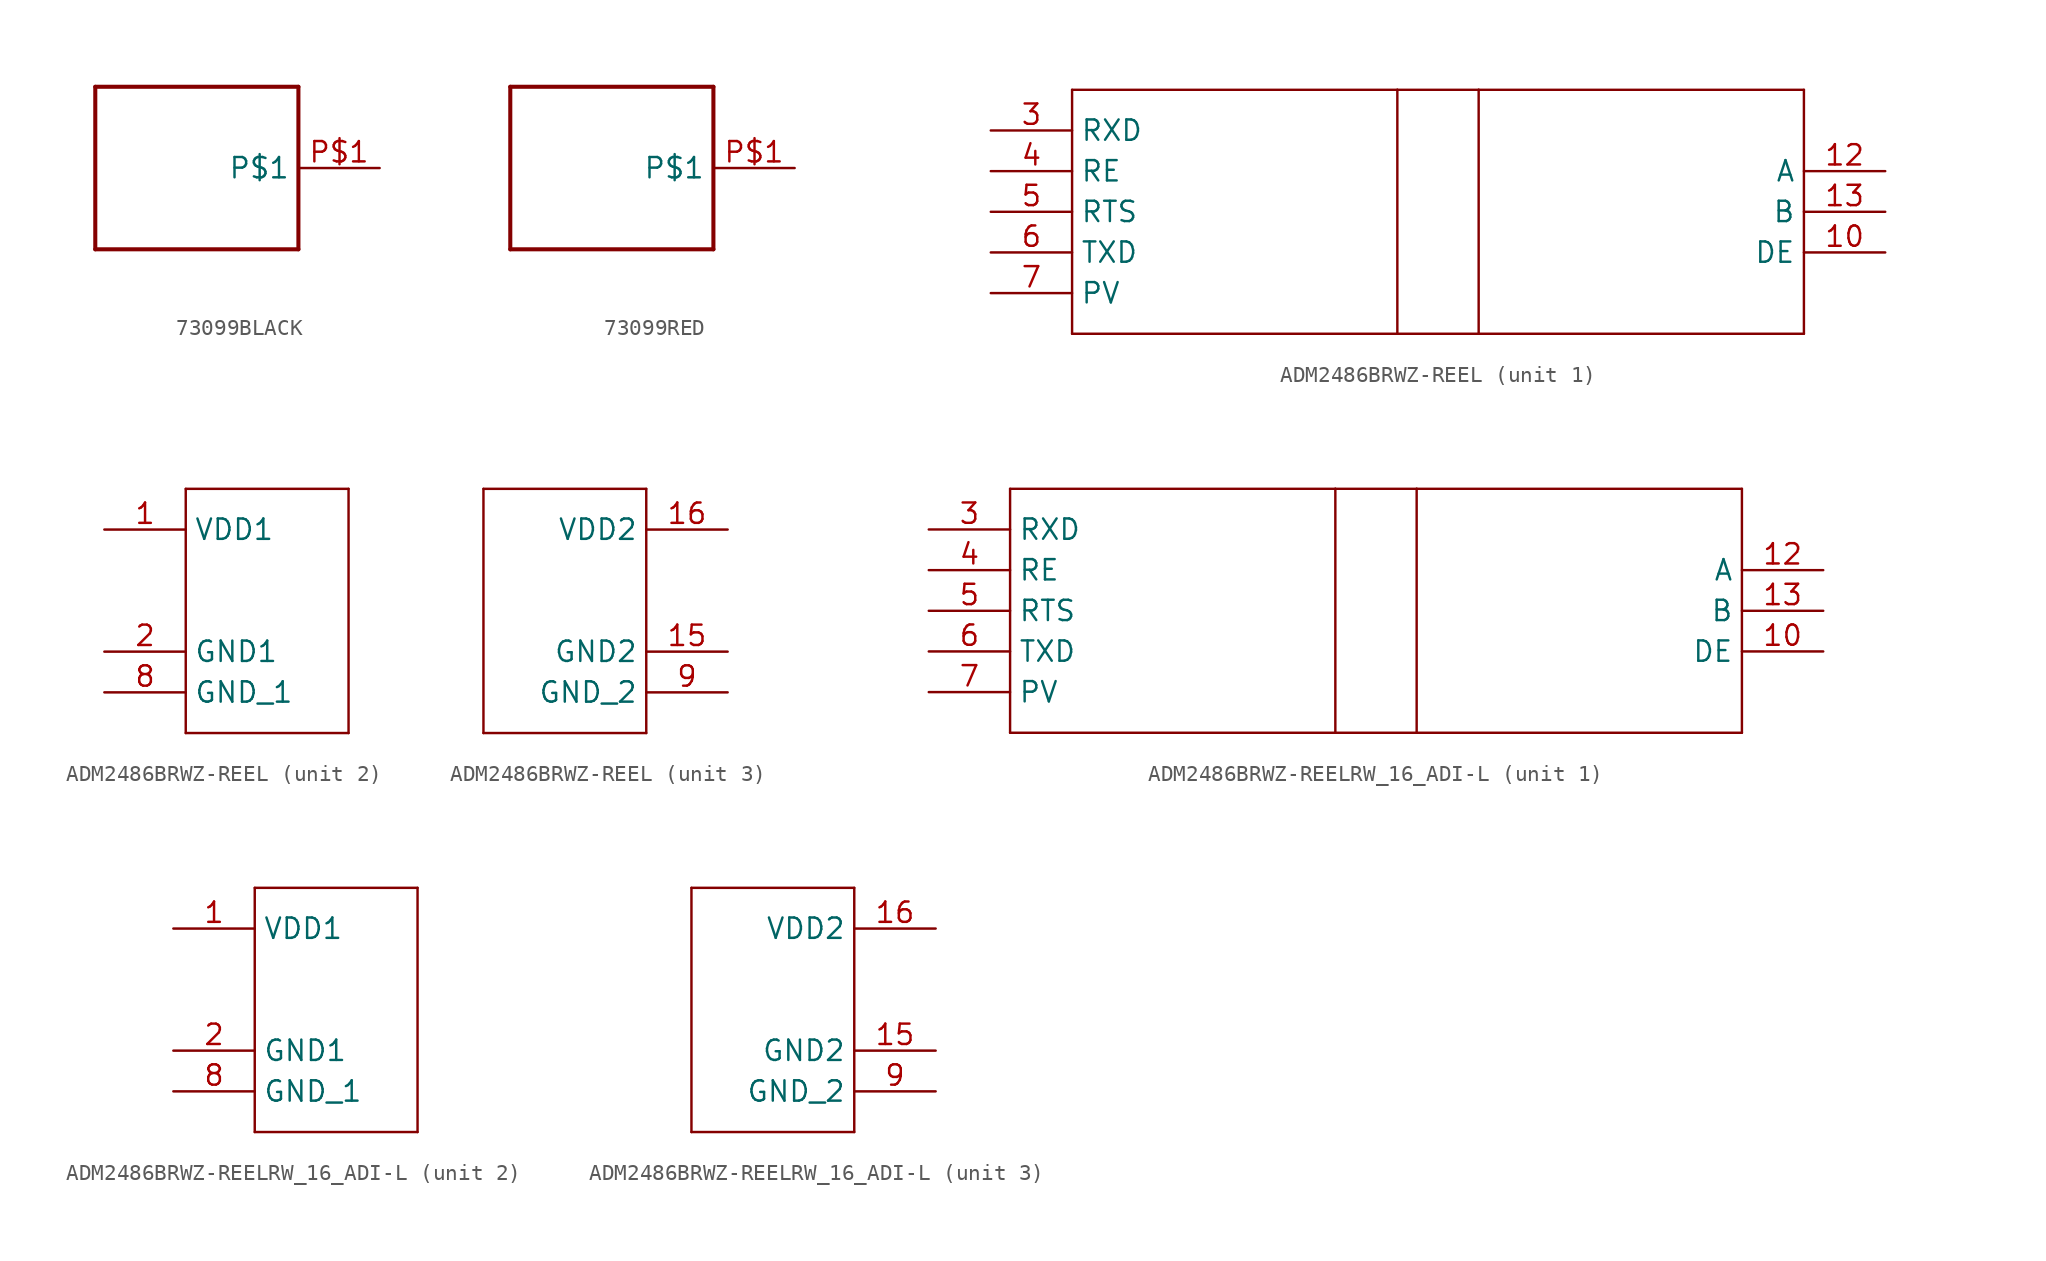
<source format=kicad_sym>
(kicad_symbol_lib
  (version 20220914)
  (generator kicad_symbol_editor)
  (symbol "73099BLACK"
    (property "Reference" ""
      (at -5.08 7.62 0)
      (effects (font (size 1.778 1.511)) (justify left bottom) hide))
    (property "Value" ""
      (at -5.08 -7.62 0)
      (effects (font (size 1.778 1.511)) (justify left bottom)))
    (property "ki_locked" ""
      (at 0 0 0)
      (effects (font (size 1.27 1.27))))
    (symbol "73099BLACK_1_0"
      (polyline (pts (xy -7.62 -5.08) (xy 5.08 -5.08)) (stroke (width 0.254) (type solid)) (fill (type none)))
      (polyline (pts (xy -7.62 5.08) (xy -7.62 -5.08)) (stroke (width 0.254) (type solid)) (fill (type none)))
      (polyline (pts (xy 5.08 -5.08) (xy 5.08 5.08)) (stroke (width 0.254) (type solid)) (fill (type none)))
      (polyline (pts (xy 5.08 5.08) (xy -7.62 5.08)) (stroke (width 0.254) (type solid)) (fill (type none)))
      (pin bidirectional line (at 10.16 0 180) (length 5.08) (name "P$1" (effects (font (size 1.27 1.27)))) (number "P$1" (effects (font (size 1.27 1.27)))))))
  (symbol "73099RED"
    (property "Reference" ""
      (at -5.08 7.62 0)
      (effects (font (size 1.778 1.511)) (justify left bottom) hide))
    (property "Value" ""
      (at -5.08 -7.62 0)
      (effects (font (size 1.778 1.511)) (justify left bottom)))
    (property "ki_locked" ""
      (at 0 0 0)
      (effects (font (size 1.27 1.27))))
    (symbol "73099RED_1_0"
      (polyline (pts (xy -7.62 -5.08) (xy 5.08 -5.08)) (stroke (width 0.254) (type solid)) (fill (type none)))
      (polyline (pts (xy -7.62 5.08) (xy -7.62 -5.08)) (stroke (width 0.254) (type solid)) (fill (type none)))
      (polyline (pts (xy 5.08 -5.08) (xy 5.08 5.08)) (stroke (width 0.254) (type solid)) (fill (type none)))
      (polyline (pts (xy 5.08 5.08) (xy -7.62 5.08)) (stroke (width 0.254) (type solid)) (fill (type none)))
      (pin bidirectional line (at 10.16 0 180) (length 5.08) (name "P$1" (effects (font (size 1.27 1.27)))) (number "P$1" (effects (font (size 1.27 1.27)))))))
  (symbol "ADM2486BRWZ-REEL"
    (property "Reference" "U"
      (at -4.724 9.119 0)
      (effects (font (size 2.083 1.77)) (justify left bottom) hide))
    (property "ki_locked" ""
      (at 0 0 0)
      (effects (font (size 1.27 1.27))))
    (symbol "ADM2486BRWZ-REEL_1_0"
      (polyline (pts (xy -22.86 -7.62) (xy -2.54 -7.62)) (stroke (width 0.152) (type solid)) (fill (type none)))
      (polyline (pts (xy -22.86 7.62) (xy -22.86 -7.62)) (stroke (width 0.152) (type solid)) (fill (type none)))
      (polyline (pts (xy -2.54 -7.62) (xy 2.54 -7.62)) (stroke (width 0.152) (type solid)) (fill (type none)))
      (polyline (pts (xy -2.54 7.62) (xy -22.86 7.62)) (stroke (width 0.152) (type solid)) (fill (type none)))
      (polyline (pts (xy -2.54 7.62) (xy -2.54 -7.62)) (stroke (width 0.152) (type solid)) (fill (type none)))
      (polyline (pts (xy 2.54 -7.62) (xy 22.86 -7.62)) (stroke (width 0.152) (type solid)) (fill (type none)))
      (polyline (pts (xy 2.54 7.62) (xy -2.54 7.62)) (stroke (width 0.152) (type solid)) (fill (type none)))
      (polyline (pts (xy 2.54 7.62) (xy 2.54 -7.62)) (stroke (width 0.152) (type solid)) (fill (type none)))
      (polyline (pts (xy 22.86 -7.62) (xy 22.86 7.62)) (stroke (width 0.152) (type solid)) (fill (type none)))
      (polyline (pts (xy 22.86 7.62) (xy 2.54 7.62)) (stroke (width 0.152) (type solid)) (fill (type none)))
      (pin passive line (at 27.94 -2.54 180) (length 5.08) (name "DE" (effects (font (size 1.27 1.27)))) (number "10" (effects (font (size 1.27 1.27)))))
      (pin passive line (at 27.94 2.54 180) (length 5.08) (name "A" (effects (font (size 1.27 1.27)))) (number "12" (effects (font (size 1.27 1.27)))))
      (pin passive line (at 27.94 0 180) (length 5.08) (name "B" (effects (font (size 1.27 1.27)))) (number "13" (effects (font (size 1.27 1.27)))))
      (pin passive line (at -27.94 5.08 0) (length 5.08) (name "RXD" (effects (font (size 1.27 1.27)))) (number "3" (effects (font (size 1.27 1.27)))))
      (pin passive line (at -27.94 2.54 0) (length 5.08) (name "RE" (effects (font (size 1.27 1.27)))) (number "4" (effects (font (size 1.27 1.27)))))
      (pin passive line (at -27.94 0 0) (length 5.08) (name "RTS" (effects (font (size 1.27 1.27)))) (number "5" (effects (font (size 1.27 1.27)))))
      (pin passive line (at -27.94 -2.54 0) (length 5.08) (name "TXD" (effects (font (size 1.27 1.27)))) (number "6" (effects (font (size 1.27 1.27)))))
      (pin passive line (at -27.94 -5.08 0) (length 5.08) (name "PV" (effects (font (size 1.27 1.27)))) (number "7" (effects (font (size 1.27 1.27))))))
    (symbol "ADM2486BRWZ-REEL_2_0"
      (polyline (pts (xy -5.08 -7.62) (xy 5.08 -7.62)) (stroke (width 0.152) (type solid)) (fill (type none)))
      (polyline (pts (xy -5.08 7.62) (xy -5.08 -7.62)) (stroke (width 0.152) (type solid)) (fill (type none)))
      (polyline (pts (xy 5.08 -7.62) (xy 5.08 7.62)) (stroke (width 0.152) (type solid)) (fill (type none)))
      (polyline (pts (xy 5.08 7.62) (xy -5.08 7.62)) (stroke (width 0.152) (type solid)) (fill (type none)))
      (pin power_in line (at -10.16 5.08 0) (length 5.08) (name "VDD1" (effects (font (size 1.27 1.27)))) (number "1" (effects (font (size 1.27 1.27)))))
      (pin power_in line (at -10.16 -2.54 0) (length 5.08) (name "GND1" (effects (font (size 1.27 1.27)))) (number "2" (effects (font (size 1.27 1.27)))))
      (pin power_in line (at -10.16 -5.08 0) (length 5.08) (name "GND_1" (effects (font (size 1.27 1.27)))) (number "8" (effects (font (size 1.27 1.27))))))
    (symbol "ADM2486BRWZ-REEL_3_0"
      (polyline (pts (xy -5.08 -7.62) (xy -5.08 7.62)) (stroke (width 0.152) (type solid)) (fill (type none)))
      (polyline (pts (xy -5.08 7.62) (xy 5.08 7.62)) (stroke (width 0.152) (type solid)) (fill (type none)))
      (polyline (pts (xy 5.08 -7.62) (xy -5.08 -7.62)) (stroke (width 0.152) (type solid)) (fill (type none)))
      (polyline (pts (xy 5.08 7.62) (xy 5.08 -7.62)) (stroke (width 0.152) (type solid)) (fill (type none)))
      (pin power_in line (at 10.16 -2.54 180) (length 5.08) (name "GND2" (effects (font (size 1.27 1.27)))) (number "15" (effects (font (size 1.27 1.27)))))
      (pin power_in line (at 10.16 5.08 180) (length 5.08) (name "VDD2" (effects (font (size 1.27 1.27)))) (number "16" (effects (font (size 1.27 1.27)))))
      (pin power_in line (at 10.16 -5.08 180) (length 5.08) (name "GND_2" (effects (font (size 1.27 1.27)))) (number "9" (effects (font (size 1.27 1.27)))))))
  (symbol "ADM2486BRWZ-REELRW_16_ADI-L"
    (property "Reference" "U"
      (at -4.724 9.119 0)
      (effects (font (size 2.083 1.77)) (justify left bottom) hide))
    (property "ki_locked" ""
      (at 0 0 0)
      (effects (font (size 1.27 1.27))))
    (symbol "ADM2486BRWZ-REELRW_16_ADI-L_1_0"
      (polyline (pts (xy -22.86 -7.62) (xy -2.54 -7.62)) (stroke (width 0.152) (type solid)) (fill (type none)))
      (polyline (pts (xy -22.86 7.62) (xy -22.86 -7.62)) (stroke (width 0.152) (type solid)) (fill (type none)))
      (polyline (pts (xy -2.54 -7.62) (xy 2.54 -7.62)) (stroke (width 0.152) (type solid)) (fill (type none)))
      (polyline (pts (xy -2.54 7.62) (xy -22.86 7.62)) (stroke (width 0.152) (type solid)) (fill (type none)))
      (polyline (pts (xy -2.54 7.62) (xy -2.54 -7.62)) (stroke (width 0.152) (type solid)) (fill (type none)))
      (polyline (pts (xy 2.54 -7.62) (xy 22.86 -7.62)) (stroke (width 0.152) (type solid)) (fill (type none)))
      (polyline (pts (xy 2.54 7.62) (xy -2.54 7.62)) (stroke (width 0.152) (type solid)) (fill (type none)))
      (polyline (pts (xy 2.54 7.62) (xy 2.54 -7.62)) (stroke (width 0.152) (type solid)) (fill (type none)))
      (polyline (pts (xy 22.86 -7.62) (xy 22.86 7.62)) (stroke (width 0.152) (type solid)) (fill (type none)))
      (polyline (pts (xy 22.86 7.62) (xy 2.54 7.62)) (stroke (width 0.152) (type solid)) (fill (type none)))
      (pin passive line (at 27.94 -2.54 180) (length 5.08) (name "DE" (effects (font (size 1.27 1.27)))) (number "10" (effects (font (size 1.27 1.27)))))
      (pin passive line (at 27.94 2.54 180) (length 5.08) (name "A" (effects (font (size 1.27 1.27)))) (number "12" (effects (font (size 1.27 1.27)))))
      (pin passive line (at 27.94 0 180) (length 5.08) (name "B" (effects (font (size 1.27 1.27)))) (number "13" (effects (font (size 1.27 1.27)))))
      (pin passive line (at -27.94 5.08 0) (length 5.08) (name "RXD" (effects (font (size 1.27 1.27)))) (number "3" (effects (font (size 1.27 1.27)))))
      (pin passive line (at -27.94 2.54 0) (length 5.08) (name "RE" (effects (font (size 1.27 1.27)))) (number "4" (effects (font (size 1.27 1.27)))))
      (pin passive line (at -27.94 0 0) (length 5.08) (name "RTS" (effects (font (size 1.27 1.27)))) (number "5" (effects (font (size 1.27 1.27)))))
      (pin passive line (at -27.94 -2.54 0) (length 5.08) (name "TXD" (effects (font (size 1.27 1.27)))) (number "6" (effects (font (size 1.27 1.27)))))
      (pin passive line (at -27.94 -5.08 0) (length 5.08) (name "PV" (effects (font (size 1.27 1.27)))) (number "7" (effects (font (size 1.27 1.27))))))
    (symbol "ADM2486BRWZ-REELRW_16_ADI-L_2_0"
      (polyline (pts (xy -5.08 -7.62) (xy 5.08 -7.62)) (stroke (width 0.152) (type solid)) (fill (type none)))
      (polyline (pts (xy -5.08 7.62) (xy -5.08 -7.62)) (stroke (width 0.152) (type solid)) (fill (type none)))
      (polyline (pts (xy 5.08 -7.62) (xy 5.08 7.62)) (stroke (width 0.152) (type solid)) (fill (type none)))
      (polyline (pts (xy 5.08 7.62) (xy -5.08 7.62)) (stroke (width 0.152) (type solid)) (fill (type none)))
      (pin power_in line (at -10.16 5.08 0) (length 5.08) (name "VDD1" (effects (font (size 1.27 1.27)))) (number "1" (effects (font (size 1.27 1.27)))))
      (pin power_in line (at -10.16 -2.54 0) (length 5.08) (name "GND1" (effects (font (size 1.27 1.27)))) (number "2" (effects (font (size 1.27 1.27)))))
      (pin power_in line (at -10.16 -5.08 0) (length 5.08) (name "GND_1" (effects (font (size 1.27 1.27)))) (number "8" (effects (font (size 1.27 1.27))))))
    (symbol "ADM2486BRWZ-REELRW_16_ADI-L_3_0"
      (polyline (pts (xy -5.08 -7.62) (xy -5.08 7.62)) (stroke (width 0.152) (type solid)) (fill (type none)))
      (polyline (pts (xy -5.08 7.62) (xy 5.08 7.62)) (stroke (width 0.152) (type solid)) (fill (type none)))
      (polyline (pts (xy 5.08 -7.62) (xy -5.08 -7.62)) (stroke (width 0.152) (type solid)) (fill (type none)))
      (polyline (pts (xy 5.08 7.62) (xy 5.08 -7.62)) (stroke (width 0.152) (type solid)) (fill (type none)))
      (pin power_in line (at 10.16 -2.54 180) (length 5.08) (name "GND2" (effects (font (size 1.27 1.27)))) (number "15" (effects (font (size 1.27 1.27)))))
      (pin power_in line (at 10.16 5.08 180) (length 5.08) (name "VDD2" (effects (font (size 1.27 1.27)))) (number "16" (effects (font (size 1.27 1.27)))))
      (pin power_in line (at 10.16 -5.08 180) (length 5.08) (name "GND_2" (effects (font (size 1.27 1.27)))) (number "9" (effects (font (size 1.27 1.27))))))))
</source>
